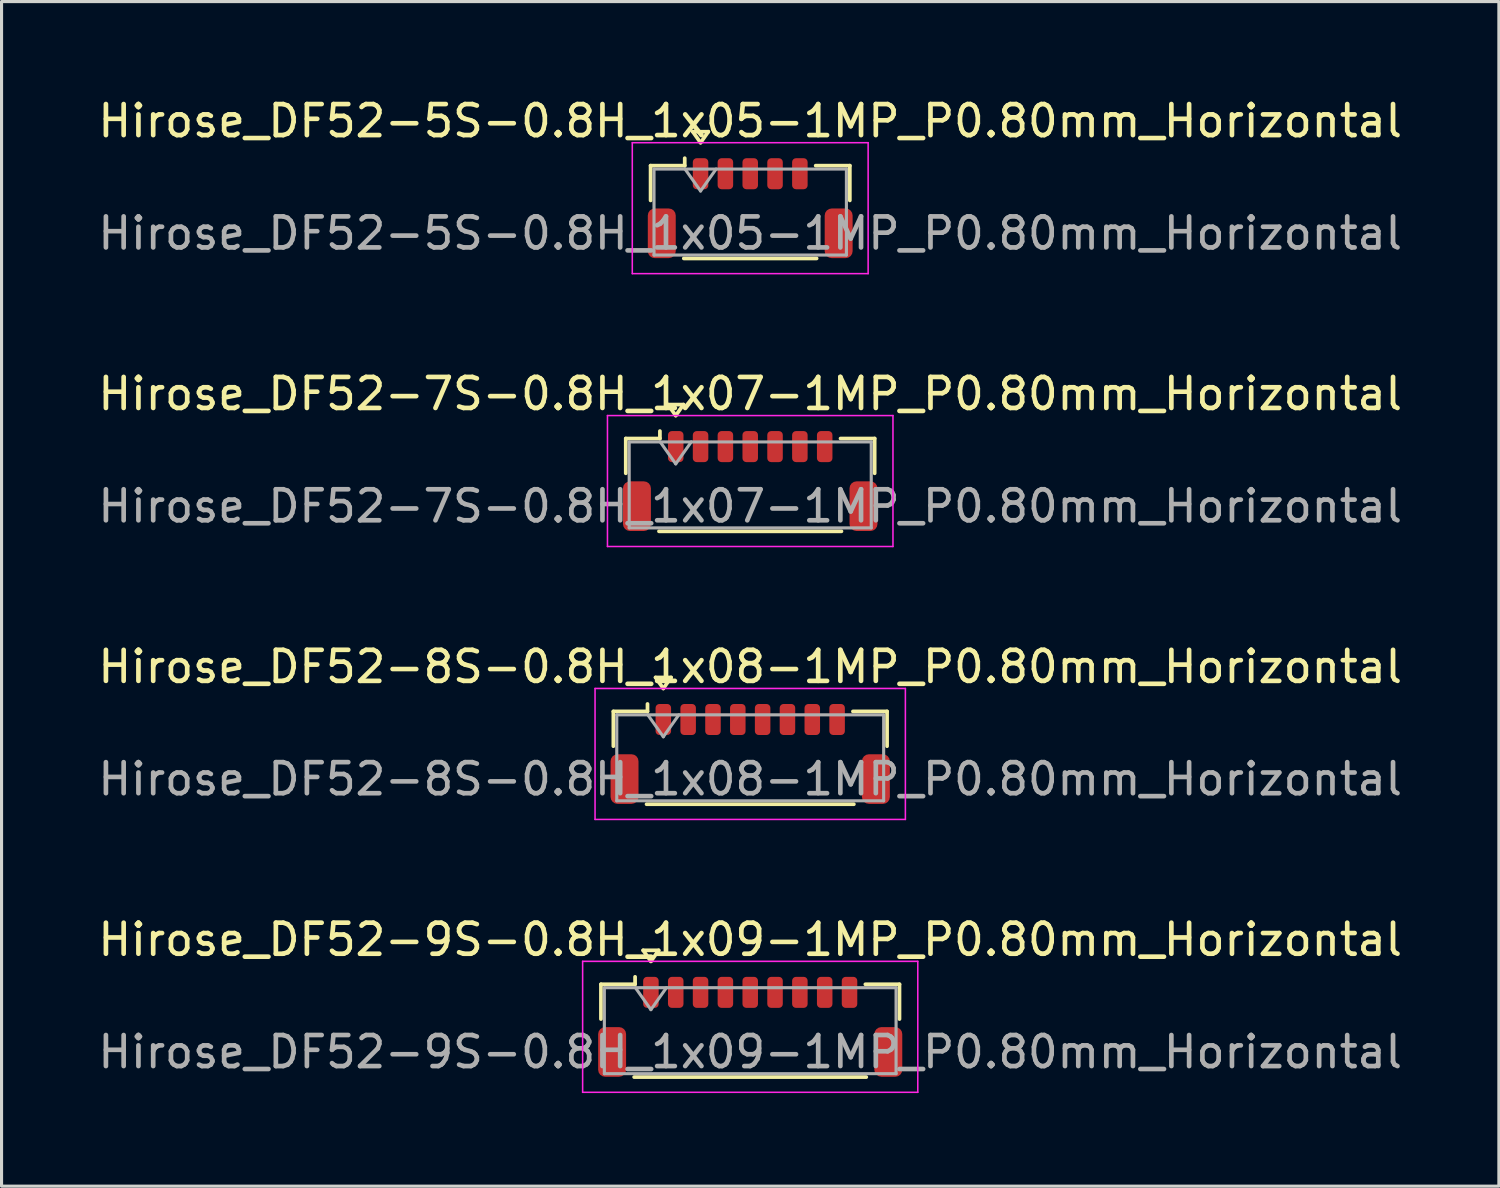
<source format=kicad_pcb>
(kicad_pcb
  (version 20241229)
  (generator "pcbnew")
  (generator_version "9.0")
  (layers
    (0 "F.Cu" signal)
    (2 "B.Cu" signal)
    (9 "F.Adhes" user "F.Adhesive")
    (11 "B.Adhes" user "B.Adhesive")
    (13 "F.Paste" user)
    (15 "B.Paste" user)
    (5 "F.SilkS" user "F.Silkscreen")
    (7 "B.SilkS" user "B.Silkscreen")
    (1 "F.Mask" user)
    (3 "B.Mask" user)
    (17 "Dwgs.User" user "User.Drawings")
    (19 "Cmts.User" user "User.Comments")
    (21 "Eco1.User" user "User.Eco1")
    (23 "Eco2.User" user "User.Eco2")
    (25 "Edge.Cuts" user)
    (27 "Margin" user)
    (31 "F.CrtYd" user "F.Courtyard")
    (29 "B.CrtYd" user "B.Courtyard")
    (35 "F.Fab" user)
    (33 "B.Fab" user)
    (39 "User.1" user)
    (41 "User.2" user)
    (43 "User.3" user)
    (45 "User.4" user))
  (footprint "Hirose_DF52-7S-0.8H_1x07-1MP_P0.80mm_Horizontal"
    (layer "F.Cu")
    (at 21.125 12.451)
    (property "Reference" "Hirose_DF52-7S-0.8H_1x07-1MP_P0.80mm_Horizontal" (at 0 -2.81 0) (layer "F.SilkS") (effects (font (size 1 1) (thickness 0.15))))
    (attr smd)
    (fp_line (start -4.01 -1.37) (end -2.91 -1.37) (stroke (width 0.12) (type solid)) (layer "F.SilkS"))
    (fp_line (start -4.01 -0.25) (end -4.01 -1.37) (stroke (width 0.12) (type solid)) (layer "F.SilkS"))
    (fp_line (start -2.94 1.62) (end 2.94 1.62) (stroke (width 0.12) (type solid)) (layer "F.SilkS"))
    (fp_line (start -2.91 -1.37) (end -2.91 -1.61) (stroke (width 0.12) (type solid)) (layer "F.SilkS"))
    (fp_line (start -2.65 -2.464) (end -2.4 -2.11) (stroke (width 0.12) (type solid)) (layer "F.SilkS"))
    (fp_line (start -2.4 -2.11) (end -2.15 -2.464) (stroke (width 0.12) (type solid)) (layer "F.SilkS"))
    (fp_line (start -2.15 -2.464) (end -2.65 -2.464) (stroke (width 0.12) (type solid)) (layer "F.SilkS"))
    (fp_line (start 4.01 -1.37) (end 2.91 -1.37) (stroke (width 0.12) (type solid)) (layer "F.SilkS"))
    (fp_line (start 4.01 -0.25) (end 4.01 -1.37) (stroke (width 0.12) (type solid)) (layer "F.SilkS"))
    (fp_line (start -4.6 -2.11) (end -4.6 2.11) (stroke (width 0.05) (type solid)) (layer "F.CrtYd"))
    (fp_line (start -4.6 2.11) (end 4.6 2.11) (stroke (width 0.05) (type solid)) (layer "F.CrtYd"))
    (fp_line (start 4.6 -2.11) (end -4.6 -2.11) (stroke (width 0.05) (type solid)) (layer "F.CrtYd"))
    (fp_line (start 4.6 2.11) (end 4.6 -2.11) (stroke (width 0.05) (type solid)) (layer "F.CrtYd"))
    (fp_line (start -3.9 -1.26) (end -3.9 1.51) (stroke (width 0.1) (type solid)) (layer "F.Fab"))
    (fp_line (start -3.9 -1.26) (end 3.9 -1.26) (stroke (width 0.1) (type solid)) (layer "F.Fab"))
    (fp_line (start -3.9 1.51) (end 3.9 1.51) (stroke (width 0.1) (type solid)) (layer "F.Fab"))
    (fp_line (start -2.9 -1.26) (end -2.4 -0.553) (stroke (width 0.1) (type solid)) (layer "F.Fab"))
    (fp_line (start -2.4 -0.553) (end -1.9 -1.26) (stroke (width 0.1) (type solid)) (layer "F.Fab"))
    (fp_line (start 3.9 -1.26) (end 3.9 1.51) (stroke (width 0.1) (type solid)) (layer "F.Fab"))
    (fp_text user "${REFERENCE}" (at 0 0.81 0) (layer "F.Fab") (effects (font (size 1 1) (thickness 0.15))))
    (pad "1" smd roundrect (at -2.4 -1.11) (size 0.5 1) (layers "F.Cu" "F.Mask" "F.Paste") (roundrect_rratio 0.25))
    (pad "2" smd roundrect (at -1.6 -1.11) (size 0.5 1) (layers "F.Cu" "F.Mask" "F.Paste") (roundrect_rratio 0.25))
    (pad "3" smd roundrect (at -0.8 -1.11) (size 0.5 1) (layers "F.Cu" "F.Mask" "F.Paste") (roundrect_rratio 0.25))
    (pad "4" smd roundrect (at 0 -1.11) (size 0.5 1) (layers "F.Cu" "F.Mask" "F.Paste") (roundrect_rratio 0.25))
    (pad "5" smd roundrect (at 0.8 -1.11) (size 0.5 1) (layers "F.Cu" "F.Mask" "F.Paste") (roundrect_rratio 0.25))
    (pad "6" smd roundrect (at 1.6 -1.11) (size 0.5 1) (layers "F.Cu" "F.Mask" "F.Paste") (roundrect_rratio 0.25))
    (pad "7" smd roundrect (at 2.4 -1.11) (size 0.5 1) (layers "F.Cu" "F.Mask" "F.Paste") (roundrect_rratio 0.25))
    (pad "MP" smd roundrect (at -3.65 0.81) (size 0.9 1.6) (layers "F.Cu" "F.Mask" "F.Paste") (roundrect_rratio 0.25))
    (pad "MP" smd roundrect (at 3.65 0.81) (size 0.9 1.6) (layers "F.Cu" "F.Mask" "F.Paste") (roundrect_rratio 0.25)))
  (footprint "Hirose_DF52-8S-0.8H_1x08-1MP_P0.80mm_Horizontal"
    (layer "F.Cu")
    (at 21.125 21.245)
    (property "Reference" "Hirose_DF52-8S-0.8H_1x08-1MP_P0.80mm_Horizontal" (at 0 -2.81 0) (layer "F.SilkS") (effects (font (size 1 1) (thickness 0.15))))
    (attr smd)
    (fp_line (start -4.41 -1.37) (end -3.31 -1.37) (stroke (width 0.12) (type solid)) (layer "F.SilkS"))
    (fp_line (start -4.41 -0.25) (end -4.41 -1.37) (stroke (width 0.12) (type solid)) (layer "F.SilkS"))
    (fp_line (start -3.34 1.62) (end 3.34 1.62) (stroke (width 0.12) (type solid)) (layer "F.SilkS"))
    (fp_line (start -3.31 -1.37) (end -3.31 -1.61) (stroke (width 0.12) (type solid)) (layer "F.SilkS"))
    (fp_line (start -3.05 -2.464) (end -2.8 -2.11) (stroke (width 0.12) (type solid)) (layer "F.SilkS"))
    (fp_line (start -2.8 -2.11) (end -2.55 -2.464) (stroke (width 0.12) (type solid)) (layer "F.SilkS"))
    (fp_line (start -2.55 -2.464) (end -3.05 -2.464) (stroke (width 0.12) (type solid)) (layer "F.SilkS"))
    (fp_line (start 4.41 -1.37) (end 3.31 -1.37) (stroke (width 0.12) (type solid)) (layer "F.SilkS"))
    (fp_line (start 4.41 -0.25) (end 4.41 -1.37) (stroke (width 0.12) (type solid)) (layer "F.SilkS"))
    (fp_line (start -5 -2.11) (end -5 2.11) (stroke (width 0.05) (type solid)) (layer "F.CrtYd"))
    (fp_line (start -5 2.11) (end 5 2.11) (stroke (width 0.05) (type solid)) (layer "F.CrtYd"))
    (fp_line (start 5 -2.11) (end -5 -2.11) (stroke (width 0.05) (type solid)) (layer "F.CrtYd"))
    (fp_line (start 5 2.11) (end 5 -2.11) (stroke (width 0.05) (type solid)) (layer "F.CrtYd"))
    (fp_line (start -4.3 -1.26) (end -4.3 1.51) (stroke (width 0.1) (type solid)) (layer "F.Fab"))
    (fp_line (start -4.3 -1.26) (end 4.3 -1.26) (stroke (width 0.1) (type solid)) (layer "F.Fab"))
    (fp_line (start -4.3 1.51) (end 4.3 1.51) (stroke (width 0.1) (type solid)) (layer "F.Fab"))
    (fp_line (start -3.3 -1.26) (end -2.8 -0.553) (stroke (width 0.1) (type solid)) (layer "F.Fab"))
    (fp_line (start -2.8 -0.553) (end -2.3 -1.26) (stroke (width 0.1) (type solid)) (layer "F.Fab"))
    (fp_line (start 4.3 -1.26) (end 4.3 1.51) (stroke (width 0.1) (type solid)) (layer "F.Fab"))
    (fp_text user "${REFERENCE}" (at 0 0.81 0) (layer "F.Fab") (effects (font (size 1 1) (thickness 0.15))))
    (pad "1" smd roundrect (at -2.8 -1.11) (size 0.5 1) (layers "F.Cu" "F.Mask" "F.Paste") (roundrect_rratio 0.25))
    (pad "2" smd roundrect (at -2 -1.11) (size 0.5 1) (layers "F.Cu" "F.Mask" "F.Paste") (roundrect_rratio 0.25))
    (pad "3" smd roundrect (at -1.2 -1.11) (size 0.5 1) (layers "F.Cu" "F.Mask" "F.Paste") (roundrect_rratio 0.25))
    (pad "4" smd roundrect (at -0.4 -1.11) (size 0.5 1) (layers "F.Cu" "F.Mask" "F.Paste") (roundrect_rratio 0.25))
    (pad "5" smd roundrect (at 0.4 -1.11) (size 0.5 1) (layers "F.Cu" "F.Mask" "F.Paste") (roundrect_rratio 0.25))
    (pad "6" smd roundrect (at 1.2 -1.11) (size 0.5 1) (layers "F.Cu" "F.Mask" "F.Paste") (roundrect_rratio 0.25))
    (pad "7" smd roundrect (at 2 -1.11) (size 0.5 1) (layers "F.Cu" "F.Mask" "F.Paste") (roundrect_rratio 0.25))
    (pad "8" smd roundrect (at 2.8 -1.11) (size 0.5 1) (layers "F.Cu" "F.Mask" "F.Paste") (roundrect_rratio 0.25))
    (pad "MP" smd roundrect (at -4.05 0.81) (size 0.9 1.6) (layers "F.Cu" "F.Mask" "F.Paste") (roundrect_rratio 0.25))
    (pad "MP" smd roundrect (at 4.05 0.81) (size 0.9 1.6) (layers "F.Cu" "F.Mask" "F.Paste") (roundrect_rratio 0.25)))
  (footprint "Hirose_DF52-5S-0.8H_1x05-1MP_P0.80mm_Horizontal"
    (layer "F.Cu")
    (at 21.125 3.658)
    (property "Reference" "Hirose_DF52-5S-0.8H_1x05-1MP_P0.80mm_Horizontal" (at 0 -2.81 0) (layer "F.SilkS") (effects (font (size 1 1) (thickness 0.15))))
    (attr smd)
    (fp_line (start -3.21 -1.37) (end -2.11 -1.37) (stroke (width 0.12) (type solid)) (layer "F.SilkS"))
    (fp_line (start -3.21 -0.25) (end -3.21 -1.37) (stroke (width 0.12) (type solid)) (layer "F.SilkS"))
    (fp_line (start -2.14 1.62) (end 2.14 1.62) (stroke (width 0.12) (type solid)) (layer "F.SilkS"))
    (fp_line (start -2.11 -1.37) (end -2.11 -1.61) (stroke (width 0.12) (type solid)) (layer "F.SilkS"))
    (fp_line (start -1.85 -2.464) (end -1.6 -2.11) (stroke (width 0.12) (type solid)) (layer "F.SilkS"))
    (fp_line (start -1.6 -2.11) (end -1.35 -2.464) (stroke (width 0.12) (type solid)) (layer "F.SilkS"))
    (fp_line (start -1.35 -2.464) (end -1.85 -2.464) (stroke (width 0.12) (type solid)) (layer "F.SilkS"))
    (fp_line (start 3.21 -1.37) (end 2.11 -1.37) (stroke (width 0.12) (type solid)) (layer "F.SilkS"))
    (fp_line (start 3.21 -0.25) (end 3.21 -1.37) (stroke (width 0.12) (type solid)) (layer "F.SilkS"))
    (fp_line (start -3.8 -2.11) (end -3.8 2.11) (stroke (width 0.05) (type solid)) (layer "F.CrtYd"))
    (fp_line (start -3.8 2.11) (end 3.8 2.11) (stroke (width 0.05) (type solid)) (layer "F.CrtYd"))
    (fp_line (start 3.8 -2.11) (end -3.8 -2.11) (stroke (width 0.05) (type solid)) (layer "F.CrtYd"))
    (fp_line (start 3.8 2.11) (end 3.8 -2.11) (stroke (width 0.05) (type solid)) (layer "F.CrtYd"))
    (fp_line (start -3.1 -1.26) (end -3.1 1.51) (stroke (width 0.1) (type solid)) (layer "F.Fab"))
    (fp_line (start -3.1 -1.26) (end 3.1 -1.26) (stroke (width 0.1) (type solid)) (layer "F.Fab"))
    (fp_line (start -3.1 1.51) (end 3.1 1.51) (stroke (width 0.1) (type solid)) (layer "F.Fab"))
    (fp_line (start -2.1 -1.26) (end -1.6 -0.553) (stroke (width 0.1) (type solid)) (layer "F.Fab"))
    (fp_line (start -1.6 -0.553) (end -1.1 -1.26) (stroke (width 0.1) (type solid)) (layer "F.Fab"))
    (fp_line (start 3.1 -1.26) (end 3.1 1.51) (stroke (width 0.1) (type solid)) (layer "F.Fab"))
    (fp_text user "${REFERENCE}" (at 0 0.81 0) (layer "F.Fab") (effects (font (size 1 1) (thickness 0.15))))
    (pad "1" smd roundrect (at -1.6 -1.11) (size 0.5 1) (layers "F.Cu" "F.Mask" "F.Paste") (roundrect_rratio 0.25))
    (pad "2" smd roundrect (at -0.8 -1.11) (size 0.5 1) (layers "F.Cu" "F.Mask" "F.Paste") (roundrect_rratio 0.25))
    (pad "3" smd roundrect (at 0 -1.11) (size 0.5 1) (layers "F.Cu" "F.Mask" "F.Paste") (roundrect_rratio 0.25))
    (pad "4" smd roundrect (at 0.8 -1.11) (size 0.5 1) (layers "F.Cu" "F.Mask" "F.Paste") (roundrect_rratio 0.25))
    (pad "5" smd roundrect (at 1.6 -1.11) (size 0.5 1) (layers "F.Cu" "F.Mask" "F.Paste") (roundrect_rratio 0.25))
    (pad "MP" smd roundrect (at -2.85 0.81) (size 0.9 1.6) (layers "F.Cu" "F.Mask" "F.Paste") (roundrect_rratio 0.25))
    (pad "MP" smd roundrect (at 2.85 0.81) (size 0.9 1.6) (layers "F.Cu" "F.Mask" "F.Paste") (roundrect_rratio 0.25)))
  (footprint "Hirose_DF52-9S-0.8H_1x09-1MP_P0.80mm_Horizontal"
    (layer "F.Cu")
    (at 21.125 30.038)
    (property "Reference" "Hirose_DF52-9S-0.8H_1x09-1MP_P0.80mm_Horizontal" (at 0 -2.81 0) (layer "F.SilkS") (effects (font (size 1 1) (thickness 0.15))))
    (attr smd)
    (fp_line (start -4.81 -1.37) (end -3.71 -1.37) (stroke (width 0.12) (type solid)) (layer "F.SilkS"))
    (fp_line (start -4.81 -0.25) (end -4.81 -1.37) (stroke (width 0.12) (type solid)) (layer "F.SilkS"))
    (fp_line (start -3.74 1.62) (end 3.74 1.62) (stroke (width 0.12) (type solid)) (layer "F.SilkS"))
    (fp_line (start -3.71 -1.37) (end -3.71 -1.61) (stroke (width 0.12) (type solid)) (layer "F.SilkS"))
    (fp_line (start -3.45 -2.464) (end -3.2 -2.11) (stroke (width 0.12) (type solid)) (layer "F.SilkS"))
    (fp_line (start -3.2 -2.11) (end -2.95 -2.464) (stroke (width 0.12) (type solid)) (layer "F.SilkS"))
    (fp_line (start -2.95 -2.464) (end -3.45 -2.464) (stroke (width 0.12) (type solid)) (layer "F.SilkS"))
    (fp_line (start 4.81 -1.37) (end 3.71 -1.37) (stroke (width 0.12) (type solid)) (layer "F.SilkS"))
    (fp_line (start 4.81 -0.25) (end 4.81 -1.37) (stroke (width 0.12) (type solid)) (layer "F.SilkS"))
    (fp_line (start -5.4 -2.11) (end -5.4 2.11) (stroke (width 0.05) (type solid)) (layer "F.CrtYd"))
    (fp_line (start -5.4 2.11) (end 5.4 2.11) (stroke (width 0.05) (type solid)) (layer "F.CrtYd"))
    (fp_line (start 5.4 -2.11) (end -5.4 -2.11) (stroke (width 0.05) (type solid)) (layer "F.CrtYd"))
    (fp_line (start 5.4 2.11) (end 5.4 -2.11) (stroke (width 0.05) (type solid)) (layer "F.CrtYd"))
    (fp_line (start -4.7 -1.26) (end -4.7 1.51) (stroke (width 0.1) (type solid)) (layer "F.Fab"))
    (fp_line (start -4.7 -1.26) (end 4.7 -1.26) (stroke (width 0.1) (type solid)) (layer "F.Fab"))
    (fp_line (start -4.7 1.51) (end 4.7 1.51) (stroke (width 0.1) (type solid)) (layer "F.Fab"))
    (fp_line (start -3.7 -1.26) (end -3.2 -0.553) (stroke (width 0.1) (type solid)) (layer "F.Fab"))
    (fp_line (start -3.2 -0.553) (end -2.7 -1.26) (stroke (width 0.1) (type solid)) (layer "F.Fab"))
    (fp_line (start 4.7 -1.26) (end 4.7 1.51) (stroke (width 0.1) (type solid)) (layer "F.Fab"))
    (fp_text user "${REFERENCE}" (at 0 0.81 0) (layer "F.Fab") (effects (font (size 1 1) (thickness 0.15))))
    (pad "1" smd roundrect (at -3.2 -1.11) (size 0.5 1) (layers "F.Cu" "F.Mask" "F.Paste") (roundrect_rratio 0.25))
    (pad "2" smd roundrect (at -2.4 -1.11) (size 0.5 1) (layers "F.Cu" "F.Mask" "F.Paste") (roundrect_rratio 0.25))
    (pad "3" smd roundrect (at -1.6 -1.11) (size 0.5 1) (layers "F.Cu" "F.Mask" "F.Paste") (roundrect_rratio 0.25))
    (pad "4" smd roundrect (at -0.8 -1.11) (size 0.5 1) (layers "F.Cu" "F.Mask" "F.Paste") (roundrect_rratio 0.25))
    (pad "5" smd roundrect (at 0 -1.11) (size 0.5 1) (layers "F.Cu" "F.Mask" "F.Paste") (roundrect_rratio 0.25))
    (pad "6" smd roundrect (at 0.8 -1.11) (size 0.5 1) (layers "F.Cu" "F.Mask" "F.Paste") (roundrect_rratio 0.25))
    (pad "7" smd roundrect (at 1.6 -1.11) (size 0.5 1) (layers "F.Cu" "F.Mask" "F.Paste") (roundrect_rratio 0.25))
    (pad "8" smd roundrect (at 2.4 -1.11) (size 0.5 1) (layers "F.Cu" "F.Mask" "F.Paste") (roundrect_rratio 0.25))
    (pad "9" smd roundrect (at 3.2 -1.11) (size 0.5 1) (layers "F.Cu" "F.Mask" "F.Paste") (roundrect_rratio 0.25))
    (pad "MP" smd roundrect (at -4.45 0.81) (size 0.9 1.6) (layers "F.Cu" "F.Mask" "F.Paste") (roundrect_rratio 0.25))
    (pad "MP" smd roundrect (at 4.45 0.81) (size 0.9 1.6) (layers "F.Cu" "F.Mask" "F.Paste") (roundrect_rratio 0.25)))
  (gr_rect
    (start -3 -3)
    (end 45.25 35.173)
    (stroke (width 0.1) (type default))
    (fill no)
    (layer "Edge.Cuts")))
</source>
